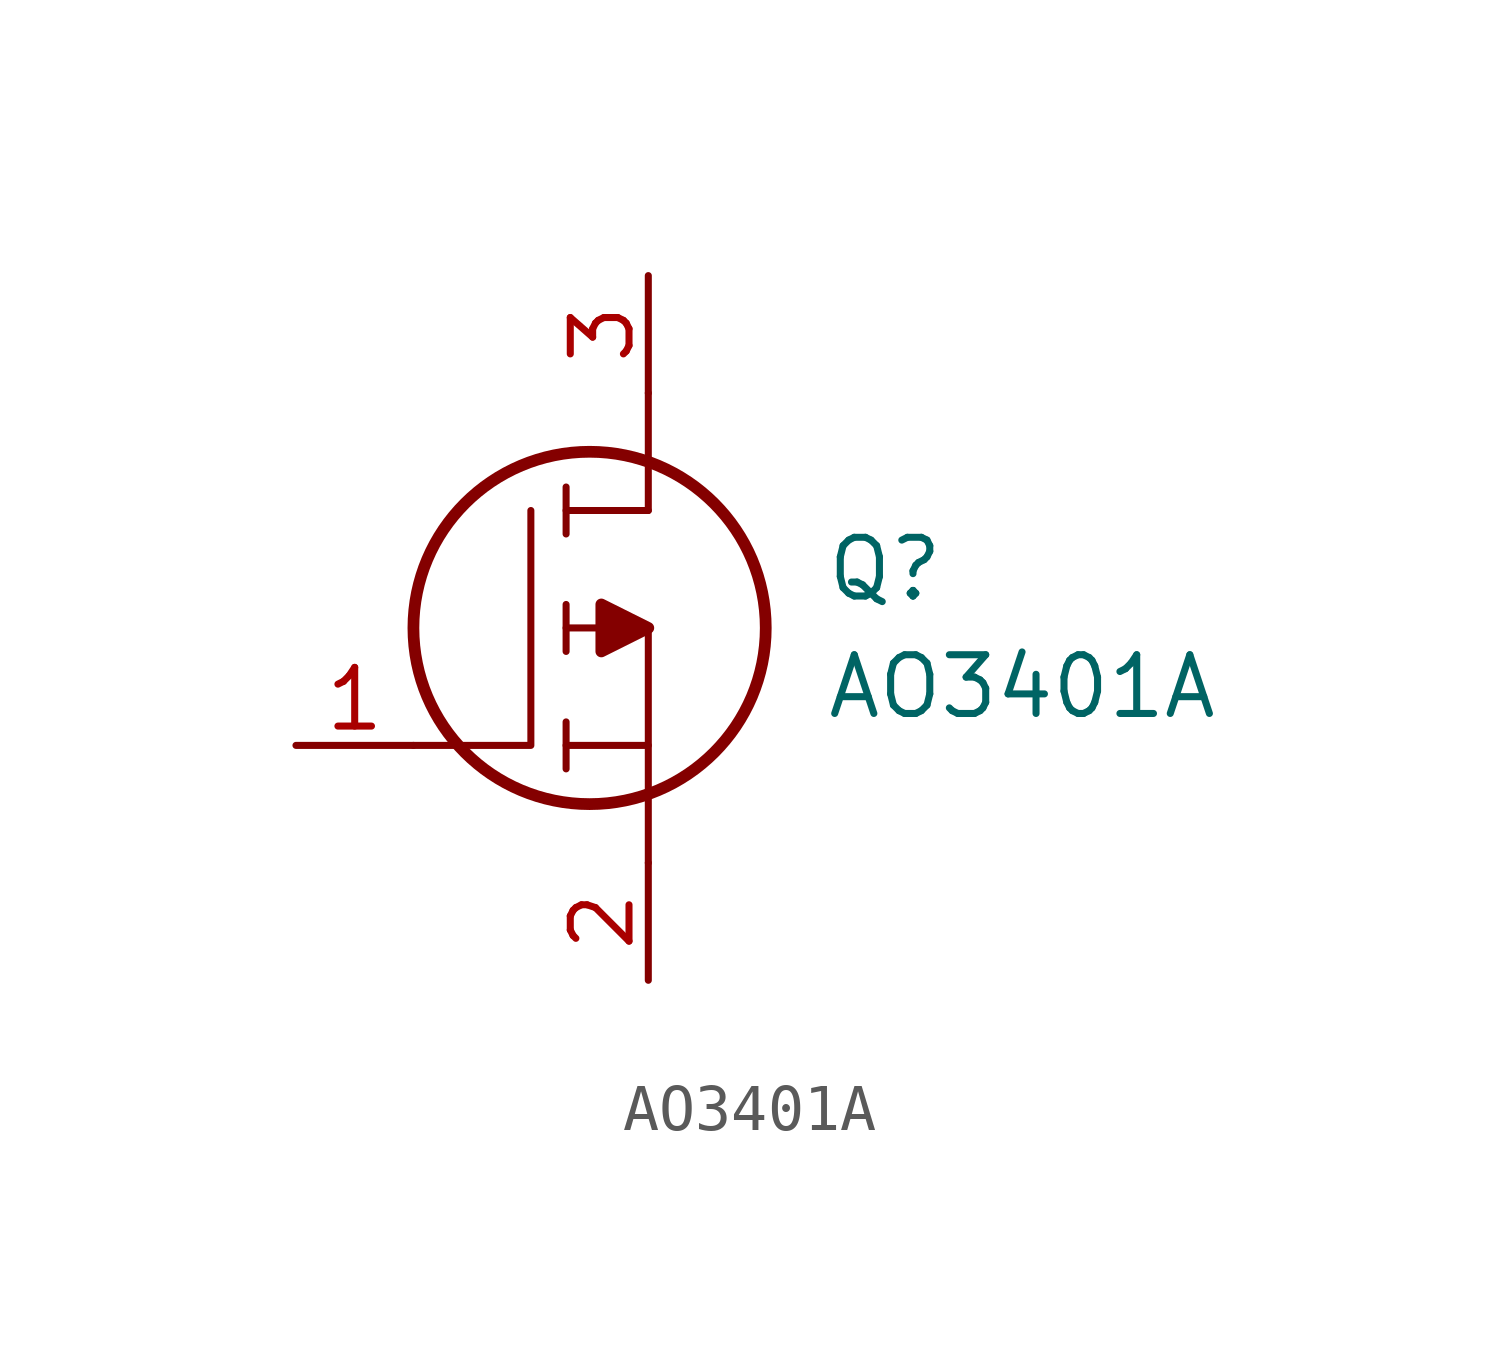
<source format=kicad_sym>
(kicad_symbol_lib
  (version 20211014)
  (generator kicad_symbol_editor)
  (symbol "AO3401A"
    (pin_names
      (offset 0.762))
    (property "Reference" "Q"
      (at 5.08 1.27 0)
      (effects (font (size 1.27 1.27)) (justify left)))
    (property "Value" "AO3401A"
      (at 5.08 -1.27 0)
      (effects (font (size 1.27 1.27)) (justify left)))
    (symbol "AO3401A_0_0"
      (pin passive line (at -6.35 -2.54 0) (length 2.54) (name "~" (effects (font (size 1.27 1.27)))) (number "1" (effects (font (size 1.27 1.27)))))
      (pin passive line (at 1.27 -7.62 90) (length 2.54) (name "~" (effects (font (size 1.27 1.27)))) (number "2" (effects (font (size 1.27 1.27)))))
      (pin passive line (at 1.27 7.62 270) (length 2.54) (name "~" (effects (font (size 1.27 1.27)))) (number "3" (effects (font (size 1.27 1.27))))))
    (symbol "AO3401A_0_1"
      (polyline (pts (xy -0.508 -3.048) (xy -0.508 -2.032)) (stroke (width 0.152) (type default) (color 0 0 0 0)) (fill (type none)))
      (polyline (pts (xy -0.508 -2.54) (xy 1.27 -2.54)) (stroke (width 0.152) (type default) (color 0 0 0 0)) (fill (type none)))
      (polyline (pts (xy -0.508 -0.508) (xy -0.508 0.508)) (stroke (width 0.152) (type default) (color 0 0 0 0)) (fill (type none)))
      (polyline (pts (xy -0.508 3.048) (xy -0.508 2.032)) (stroke (width 0.152) (type default) (color 0 0 0 0)) (fill (type none)))
      (polyline (pts (xy 1.27 0) (xy -0.508 0)) (stroke (width 0.152) (type default) (color 0 0 0 0)) (fill (type none)))
      (polyline (pts (xy 1.27 0) (xy 1.27 -5.08)) (stroke (width 0.152) (type default) (color 0 0 0 0)) (fill (type none)))
      (polyline (pts (xy 1.27 2.54) (xy -0.508 2.54)) (stroke (width 0.152) (type default) (color 0 0 0 0)) (fill (type none)))
      (polyline (pts (xy 1.27 2.54) (xy 1.27 5.08)) (stroke (width 0.152) (type default) (color 0 0 0 0)) (fill (type none)))
      (polyline (pts (xy -3.81 -2.54) (xy -1.27 -2.54) (xy -1.27 2.54)) (stroke (width 0.152) (type default) (color 0 0 0 0)) (fill (type none)))
      (polyline (pts (xy 1.27 0) (xy 0.254 0.508) (xy 0.254 -0.508) (xy 1.27 0)) (stroke (width 0.254) (type default) (color 0 0 0 0)) (fill (type outline)))
      (circle (center 0 0) (radius 3.81) (stroke (width 0.254) (type default) (color 0 0 0 0)) (fill (type none))))))
</source>
